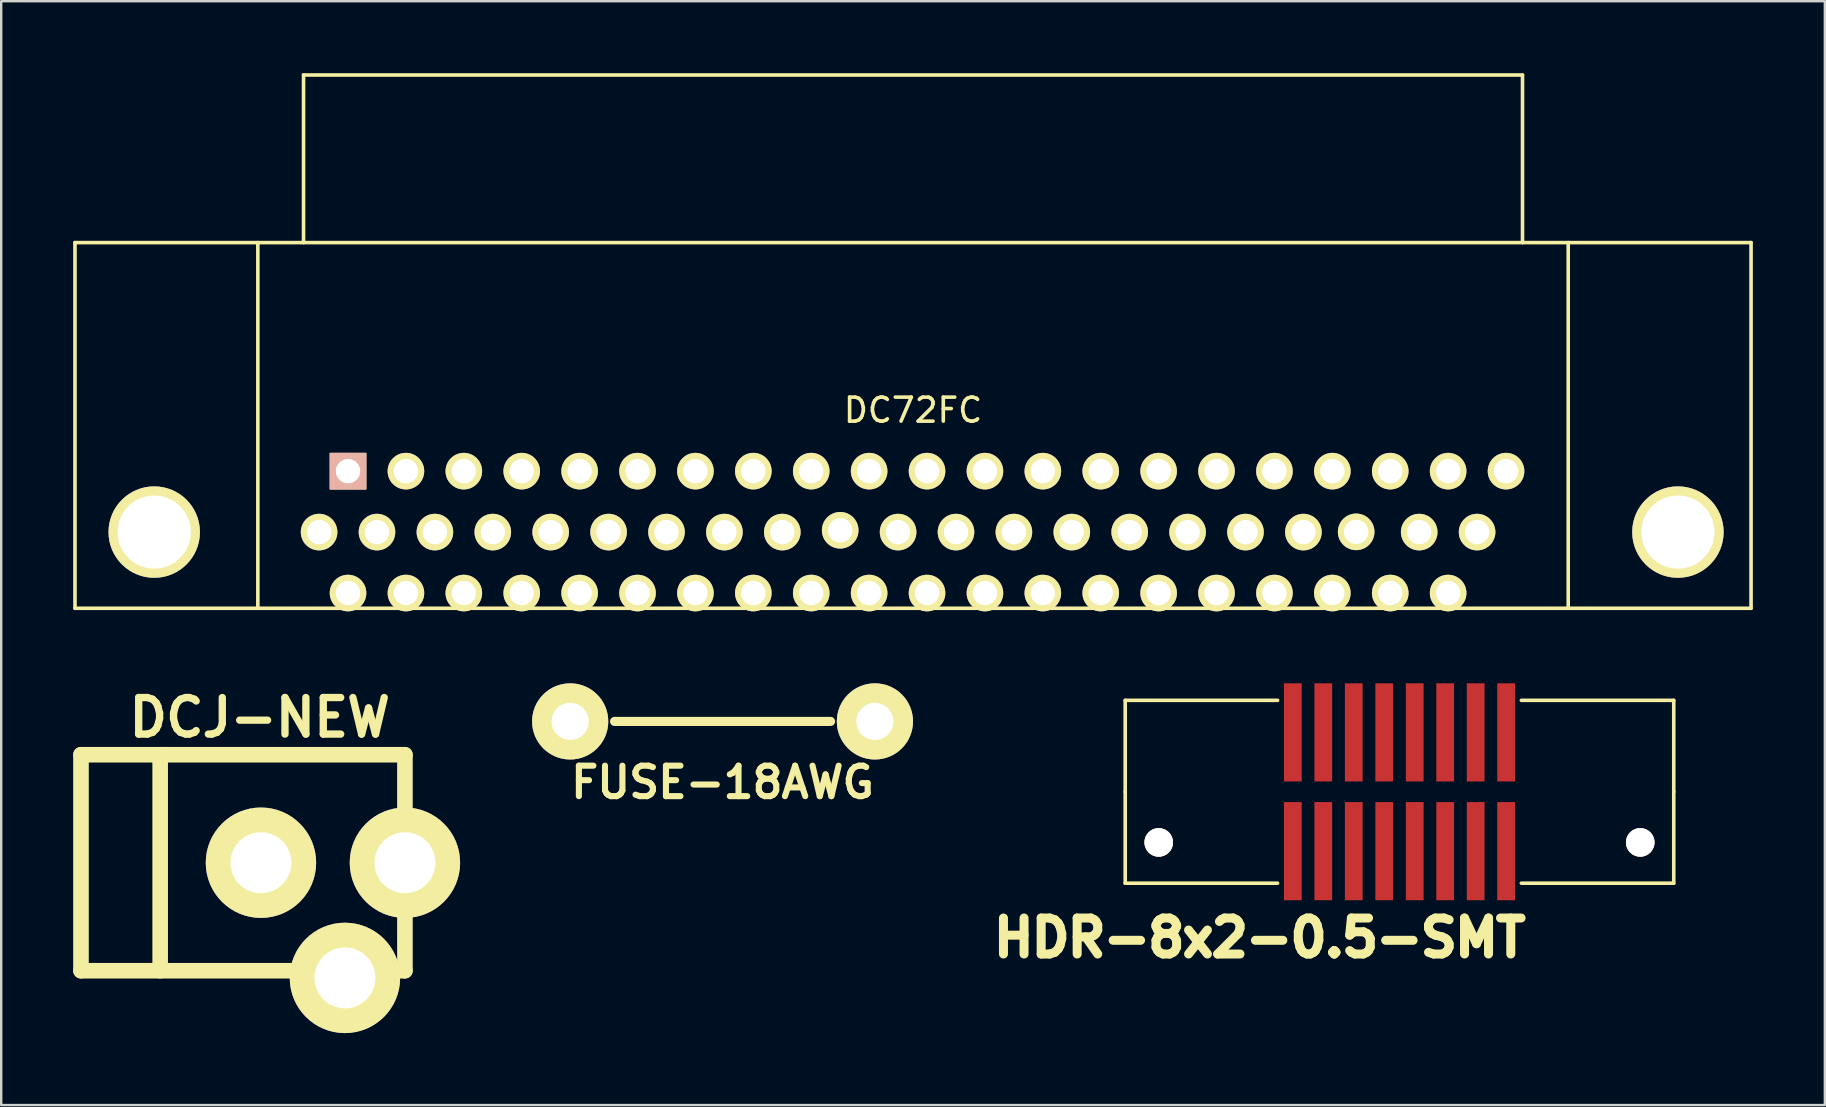
<source format=kicad_pcb>
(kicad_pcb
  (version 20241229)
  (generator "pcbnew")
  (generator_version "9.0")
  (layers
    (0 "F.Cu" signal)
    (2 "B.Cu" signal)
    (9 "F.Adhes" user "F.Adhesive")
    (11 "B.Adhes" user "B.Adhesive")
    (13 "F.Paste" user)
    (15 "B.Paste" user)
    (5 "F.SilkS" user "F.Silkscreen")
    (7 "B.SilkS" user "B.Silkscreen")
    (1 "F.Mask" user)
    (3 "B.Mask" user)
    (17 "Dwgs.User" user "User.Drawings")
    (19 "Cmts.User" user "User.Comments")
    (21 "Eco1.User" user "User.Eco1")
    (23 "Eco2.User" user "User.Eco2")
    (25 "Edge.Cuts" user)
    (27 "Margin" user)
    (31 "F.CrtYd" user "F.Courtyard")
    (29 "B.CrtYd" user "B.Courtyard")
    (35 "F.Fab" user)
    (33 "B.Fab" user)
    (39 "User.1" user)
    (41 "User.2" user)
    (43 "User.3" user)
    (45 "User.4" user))
  (footprint "DCJ-NEW"
    (layer "F.Cu")
    (at 7.825 32.904)
    (property "Reference" "DCJ-NEW" (at -0.051 -6.05 0) (layer "F.SilkS") (effects (font (size 1.524 1.524) (thickness 0.305))))
    (attr through_hole)
    (fp_line (start -7.5 -4.5) (end -7.5 4.5) (stroke (width 0.65) (type solid)) (layer "F.SilkS"))
    (fp_line (start -7.5 -4.5) (end 6 -4.5) (stroke (width 0.65) (type solid)) (layer "F.SilkS"))
    (fp_line (start -7.5 4.5) (end 6 4.5) (stroke (width 0.65) (type solid)) (layer "F.SilkS"))
    (fp_line (start -4.2 4.5) (end -4.2 -4.5) (stroke (width 0.65) (type solid)) (layer "F.SilkS"))
    (fp_line (start 6 -4.5) (end 6 4.5) (stroke (width 0.65) (type solid)) (layer "F.SilkS"))
    (pad "1" thru_hole circle (at 6 0) (size 4.6 4.6) (drill 2.54) (layers "*.Cu" "*.Mask" "F.SilkS"))
    (pad "2" thru_hole circle (at 0 0) (size 4.6 4.6) (drill 2.54) (layers "*.Cu" "*.Mask" "F.SilkS"))
    (pad "3" thru_hole circle (at 3.5 4.8) (size 4.6 4.6) (drill 2.54) (layers "*.Cu" "*.Mask" "F.SilkS")))
  (footprint "HDR-8x2-0.5-SMT"
    (layer "F.Cu")
    (at 55.273 29.947)
    (property "Reference" "HDR-8x2-0.5-SMT" (at -5.825 6.087 0) (layer "F.SilkS") (effects (font (size 1.5 1.5) (thickness 0.375))))
    (attr through_hole)
    (fp_line (start -11.43 -3.81) (end -5.08 -3.81) (stroke (width 0.15) (type solid)) (layer "F.SilkS"))
    (fp_line (start -11.43 0) (end -11.43 -3.81) (stroke (width 0.15) (type solid)) (layer "F.SilkS"))
    (fp_line (start -11.43 0) (end -11.43 3.81) (stroke (width 0.15) (type solid)) (layer "F.SilkS"))
    (fp_line (start -11.43 3.81) (end -5.08 3.81) (stroke (width 0.15) (type solid)) (layer "F.SilkS"))
    (fp_line (start 11.43 -3.81) (end 5.08 -3.81) (stroke (width 0.15) (type solid)) (layer "F.SilkS"))
    (fp_line (start 11.43 0) (end 11.43 -3.81) (stroke (width 0.15) (type solid)) (layer "F.SilkS"))
    (fp_line (start 11.43 0) (end 11.43 3.81) (stroke (width 0.15) (type solid)) (layer "F.SilkS"))
    (fp_line (start 11.43 3.81) (end 5.08 3.81) (stroke (width 0.15) (type solid)) (layer "F.SilkS"))
    (pad "1" smd rect (at -4.445 2.475) (size 0.74 4.09) (layers "F.Cu" "F.Mask"))
    (pad "2" smd rect (at -4.445 -2.475) (size 0.74 4.09) (layers "F.Cu" "F.Mask"))
    (pad "3" smd rect (at -3.175 2.475) (size 0.74 4.09) (layers "F.Cu" "F.Mask"))
    (pad "4" smd rect (at -3.175 -2.475) (size 0.74 4.09) (layers "F.Cu" "F.Mask"))
    (pad "5" smd rect (at -1.905 2.475) (size 0.74 4.09) (layers "F.Cu" "F.Mask"))
    (pad "6" smd rect (at -1.905 -2.475) (size 0.74 4.09) (layers "F.Cu" "F.Mask"))
    (pad "7" smd rect (at -0.635 2.475) (size 0.74 4.09) (layers "F.Cu" "F.Mask"))
    (pad "8" smd rect (at -0.635 -2.475) (size 0.74 4.09) (layers "F.Cu" "F.Mask"))
    (pad "9" smd rect (at 0.635 2.475) (size 0.74 4.09) (layers "F.Cu" "F.Mask"))
    (pad "10" smd rect (at 0.635 -2.475) (size 0.74 4.09) (layers "F.Cu" "F.Mask"))
    (pad "11" smd rect (at 1.905 2.475) (size 0.74 4.09) (layers "F.Cu" "F.Mask"))
    (pad "12" smd rect (at 1.905 -2.475) (size 0.74 4.09) (layers "F.Cu" "F.Mask"))
    (pad "13" smd rect (at 3.175 2.475) (size 0.74 4.09) (layers "F.Cu" "F.Mask"))
    (pad "14" smd rect (at 3.175 -2.475) (size 0.74 4.09) (layers "F.Cu" "F.Mask"))
    (pad "15" smd rect (at 4.445 2.475) (size 0.74 4.09) (layers "F.Cu" "F.Mask"))
    (pad "16" smd rect (at 4.445 -2.475) (size 0.74 4.09) (layers "F.Cu" "F.Mask"))
    (pad "35" thru_hole circle (at -10.033 2.11) (size 1.19 1.19) (drill 1.19) (layers "*.Cu" "*.Mask" "F.SilkS"))
    (pad "36" thru_hole circle (at 10.033 2.11) (size 1.19 1.19) (drill 1.19) (layers "*.Cu" "*.Mask" "F.SilkS")))
  (footprint "FUSE-18AWG"
    (layer "F.Cu")
    (at 27.062 27.015)
    (property "Reference" "FUSE-18AWG" (at 0 2.54 0) (layer "F.SilkS") (effects (font (size 1.27 1.27) (thickness 0.254))))
    (attr through_hole)
    (fp_line (start -4.5 0) (end 4.5 0) (stroke (width 0.381) (type solid)) (layer "F.SilkS"))
    (pad "1" thru_hole circle (at -6.35 0) (size 3.175 3.175) (drill 1.549) (layers "*.Cu" "*.Mask" "F.SilkS"))
    (pad "2" thru_hole circle (at 6.35 0) (size 3.175 3.175) (drill 1.549) (layers "*.Cu" "*.Mask" "F.SilkS")))
  (footprint "DC72FC"
    (layer "F.Cu")
    (at 35 19.125)
    (property "Reference" "DC72FC" (at 0 -5.08 180) (layer "F.SilkS") (effects (font (size 1 1) (thickness 0.15))))
    (attr through_hole)
    (fp_line (start -34.925 -12.065) (end 34.925 -12.065) (stroke (width 0.15) (type solid)) (layer "F.SilkS"))
    (fp_line (start -34.925 3.175) (end -34.925 -12.065) (stroke (width 0.15) (type solid)) (layer "F.SilkS"))
    (fp_line (start -27.305 -12.065) (end -27.305 3.175) (stroke (width 0.15) (type solid)) (layer "F.SilkS"))
    (fp_line (start -25.4 -19.05) (end -25.4 -12.065) (stroke (width 0.15) (type solid)) (layer "F.SilkS"))
    (fp_line (start 25.4 -19.05) (end -25.4 -19.05) (stroke (width 0.15) (type solid)) (layer "F.SilkS"))
    (fp_line (start 25.4 -12.065) (end 25.4 -19.05) (stroke (width 0.15) (type solid)) (layer "F.SilkS"))
    (fp_line (start 27.305 -12.065) (end 27.305 3.175) (stroke (width 0.15) (type solid)) (layer "F.SilkS"))
    (fp_line (start 34.925 -12.065) (end 34.925 3.175) (stroke (width 0.15) (type solid)) (layer "F.SilkS"))
    (fp_line (start 34.925 3.175) (end -34.925 3.175) (stroke (width 0.15) (type solid)) (layer "F.SilkS"))
    (pad "1" thru_hole rect (at -23.546 -2.54 180) (size 1.524 1.524) (drill 1.016) (layers "*.Cu" "*.SilkS" "*.Mask"))
    (pad "2" thru_hole circle (at -21.133 -2.54 180) (size 1.524 1.524) (drill 1.016) (layers "*.Cu" "*.Mask" "F.SilkS"))
    (pad "3" thru_hole circle (at -18.72 -2.54 180) (size 1.524 1.524) (drill 1.016) (layers "*.Cu" "*.Mask" "F.SilkS"))
    (pad "4" thru_hole circle (at -16.307 -2.54 180) (size 1.524 1.524) (drill 1.016) (layers "*.Cu" "*.Mask" "F.SilkS"))
    (pad "5" thru_hole circle (at -13.894 -2.54 180) (size 1.524 1.524) (drill 1.016) (layers "*.Cu" "*.Mask" "F.SilkS"))
    (pad "6" thru_hole circle (at -11.481 -2.54 180) (size 1.524 1.524) (drill 1.016) (layers "*.Cu" "*.Mask" "F.SilkS"))
    (pad "7" thru_hole circle (at -9.068 -2.54 180) (size 1.524 1.524) (drill 1.016) (layers "*.Cu" "*.Mask" "F.SilkS"))
    (pad "8" thru_hole circle (at -6.655 -2.54 180) (size 1.524 1.524) (drill 1.016) (layers "*.Cu" "*.Mask" "F.SilkS"))
    (pad "9" thru_hole circle (at -4.242 -2.54 180) (size 1.524 1.524) (drill 1.016) (layers "*.Cu" "*.Mask" "F.SilkS"))
    (pad "10" thru_hole circle (at -1.829 -2.54 180) (size 1.524 1.524) (drill 1.016) (layers "*.Cu" "*.Mask" "F.SilkS"))
    (pad "11" thru_hole circle (at 0.584 -2.54 180) (size 1.524 1.524) (drill 1.016) (layers "*.Cu" "*.Mask" "F.SilkS"))
    (pad "12" thru_hole circle (at 2.997 -2.54 180) (size 1.524 1.524) (drill 1.016) (layers "*.Cu" "*.Mask" "F.SilkS"))
    (pad "13" thru_hole circle (at 5.41 -2.54 180) (size 1.524 1.524) (drill 1.016) (layers "*.Cu" "*.Mask" "F.SilkS"))
    (pad "14" thru_hole circle (at 7.823 -2.54 180) (size 1.524 1.524) (drill 1.016) (layers "*.Cu" "*.Mask" "F.SilkS"))
    (pad "15" thru_hole circle (at 10.236 -2.54 180) (size 1.524 1.524) (drill 1.016) (layers "*.Cu" "*.Mask" "F.SilkS"))
    (pad "16" thru_hole circle (at 12.649 -2.54 180) (size 1.524 1.524) (drill 1.016) (layers "*.Cu" "*.Mask" "F.SilkS"))
    (pad "17" thru_hole circle (at 15.062 -2.54 180) (size 1.524 1.524) (drill 1.016) (layers "*.Cu" "*.Mask" "F.SilkS"))
    (pad "18" thru_hole circle (at 17.475 -2.54 180) (size 1.524 1.524) (drill 1.016) (layers "*.Cu" "*.Mask" "F.SilkS"))
    (pad "19" thru_hole circle (at 19.888 -2.54 180) (size 1.524 1.524) (drill 1.016) (layers "*.Cu" "*.Mask" "F.SilkS"))
    (pad "20" thru_hole circle (at 22.301 -2.54 180) (size 1.524 1.524) (drill 1.016) (layers "*.Cu" "*.Mask" "F.SilkS"))
    (pad "21" thru_hole circle (at 24.714 -2.54 180) (size 1.524 1.524) (drill 1.016) (layers "*.Cu" "*.Mask" "F.SilkS"))
    (pad "22" thru_hole circle (at -24.752 0 180) (size 1.524 1.524) (drill 1.016) (layers "*.Cu" "*.Mask" "F.SilkS"))
    (pad "23" thru_hole circle (at -22.339 0 180) (size 1.524 1.524) (drill 1.016) (layers "*.Cu" "*.Mask" "F.SilkS"))
    (pad "24" thru_hole circle (at -19.926 0 180) (size 1.524 1.524) (drill 1.016) (layers "*.Cu" "*.Mask" "F.SilkS"))
    (pad "25" thru_hole circle (at -17.513 0 180) (size 1.524 1.524) (drill 1.016) (layers "*.Cu" "*.Mask" "F.SilkS"))
    (pad "26" thru_hole circle (at -15.1 0 180) (size 1.524 1.524) (drill 1.016) (layers "*.Cu" "*.Mask" "F.SilkS"))
    (pad "27" thru_hole circle (at -12.687 0 180) (size 1.524 1.524) (drill 1.016) (layers "*.Cu" "*.Mask" "F.SilkS"))
    (pad "28" thru_hole circle (at -10.274 0 180) (size 1.524 1.524) (drill 1.016) (layers "*.Cu" "*.Mask" "F.SilkS"))
    (pad "29" thru_hole circle (at -7.861 0 180) (size 1.524 1.524) (drill 1.016) (layers "*.Cu" "*.Mask" "F.SilkS"))
    (pad "30" thru_hole circle (at -5.448 0 180) (size 1.524 1.524) (drill 1.016) (layers "*.Cu" "*.Mask" "F.SilkS"))
    (pad "31" thru_hole circle (at -3.035 -0.076 180) (size 1.524 1.524) (drill 1.016) (layers "*.Cu" "*.Mask" "F.SilkS"))
    (pad "32" thru_hole circle (at -0.622 0 180) (size 1.524 1.524) (drill 1.016) (layers "*.Cu" "*.Mask" "F.SilkS"))
    (pad "33" thru_hole circle (at 1.791 0 180) (size 1.524 1.524) (drill 1.016) (layers "*.Cu" "*.Mask" "F.SilkS"))
    (pad "34" thru_hole circle (at 4.204 0 180) (size 1.524 1.524) (drill 1.016) (layers "*.Cu" "*.Mask" "F.SilkS"))
    (pad "35" thru_hole circle (at 6.617 0 180) (size 1.524 1.524) (drill 1.016) (layers "*.Cu" "*.Mask" "F.SilkS"))
    (pad "36" thru_hole circle (at 9.03 0 180) (size 1.524 1.524) (drill 1.016) (layers "*.Cu" "*.Mask" "F.SilkS"))
    (pad "37" thru_hole circle (at 11.443 0 180) (size 1.524 1.524) (drill 1.016) (layers "*.Cu" "*.Mask" "F.SilkS"))
    (pad "38" thru_hole circle (at 13.856 0 180) (size 1.524 1.524) (drill 1.016) (layers "*.Cu" "*.Mask" "F.SilkS"))
    (pad "39" thru_hole circle (at 16.269 0 180) (size 1.524 1.524) (drill 1.016) (layers "*.Cu" "*.Mask" "F.SilkS"))
    (pad "40" thru_hole circle (at 18.468 -0.01 180) (size 1.524 1.524) (drill 1.016) (layers "*.Cu" "*.Mask" "F.SilkS"))
    (pad "41" thru_hole circle (at 21.095 0 180) (size 1.524 1.524) (drill 1.016) (layers "*.Cu" "*.Mask" "F.SilkS"))
    (pad "42" thru_hole circle (at 23.508 0 180) (size 1.524 1.524) (drill 1.016) (layers "*.Cu" "*.Mask" "F.SilkS"))
    (pad "43" thru_hole circle (at -23.546 2.54 180) (size 1.524 1.524) (drill 1.016) (layers "*.Cu" "*.Mask" "F.SilkS"))
    (pad "44" thru_hole circle (at -21.133 2.54 180) (size 1.524 1.524) (drill 1.016) (layers "*.Cu" "*.Mask" "F.SilkS"))
    (pad "45" thru_hole circle (at -18.72 2.54 180) (size 1.524 1.524) (drill 1.016) (layers "*.Cu" "*.Mask" "F.SilkS"))
    (pad "46" thru_hole circle (at -16.307 2.54 180) (size 1.524 1.524) (drill 1.016) (layers "*.Cu" "*.Mask" "F.SilkS"))
    (pad "47" thru_hole circle (at -13.894 2.54 180) (size 1.524 1.524) (drill 1.016) (layers "*.Cu" "*.Mask" "F.SilkS"))
    (pad "48" thru_hole circle (at -11.481 2.54 180) (size 1.524 1.524) (drill 1.016) (layers "*.Cu" "*.Mask" "F.SilkS"))
    (pad "49" thru_hole circle (at -9.068 2.54 180) (size 1.524 1.524) (drill 1.016) (layers "*.Cu" "*.Mask" "F.SilkS"))
    (pad "50" thru_hole circle (at -6.655 2.54 180) (size 1.524 1.524) (drill 1.016) (layers "*.Cu" "*.Mask" "F.SilkS"))
    (pad "51" thru_hole circle (at -4.242 2.54 180) (size 1.524 1.524) (drill 1.016) (layers "*.Cu" "*.Mask" "F.SilkS"))
    (pad "52" thru_hole circle (at -1.829 2.54 180) (size 1.524 1.524) (drill 1.016) (layers "*.Cu" "*.Mask" "F.SilkS"))
    (pad "53" thru_hole circle (at 0.584 2.54 180) (size 1.524 1.524) (drill 1.016) (layers "*.Cu" "*.Mask" "F.SilkS"))
    (pad "54" thru_hole circle (at 2.997 2.54 180) (size 1.524 1.524) (drill 1.016) (layers "*.Cu" "*.Mask" "F.SilkS"))
    (pad "55" thru_hole circle (at 5.41 2.54 180) (size 1.524 1.524) (drill 1.016) (layers "*.Cu" "*.Mask" "F.SilkS"))
    (pad "56" thru_hole circle (at 7.823 2.54 180) (size 1.524 1.524) (drill 1.016) (layers "*.Cu" "*.Mask" "F.SilkS"))
    (pad "57" thru_hole circle (at 10.236 2.54 180) (size 1.524 1.524) (drill 1.016) (layers "*.Cu" "*.Mask" "F.SilkS"))
    (pad "58" thru_hole circle (at 12.649 2.54 180) (size 1.524 1.524) (drill 1.016) (layers "*.Cu" "*.Mask" "F.SilkS"))
    (pad "59" thru_hole circle (at 15.062 2.54 180) (size 1.524 1.524) (drill 1.016) (layers "*.Cu" "*.Mask" "F.SilkS"))
    (pad "60" thru_hole circle (at 17.475 2.54 180) (size 1.524 1.524) (drill 1.016) (layers "*.Cu" "*.Mask" "F.SilkS"))
    (pad "61" thru_hole circle (at 19.888 2.54 180) (size 1.524 1.524) (drill 1.016) (layers "*.Cu" "*.Mask" "F.SilkS"))
    (pad "62" thru_hole circle (at 22.301 2.54 180) (size 1.524 1.524) (drill 1.016) (layers "*.Cu" "*.Mask" "F.SilkS"))
    (pad "?" thru_hole circle (at -31.623 0 180) (size 3.81 3.81) (drill 3.048) (layers "*.Cu" "*.Mask" "F.SilkS"))
    (pad "?" thru_hole circle (at 31.877 0 180) (size 3.81 3.81) (drill 3.048) (layers "*.Cu" "*.Mask" "F.SilkS")))
  (gr_rect
    (start -3 -3)
    (end 73 43.004)
    (stroke (width 0.1) (type default))
    (fill no)
    (layer "Edge.Cuts")))
</source>
